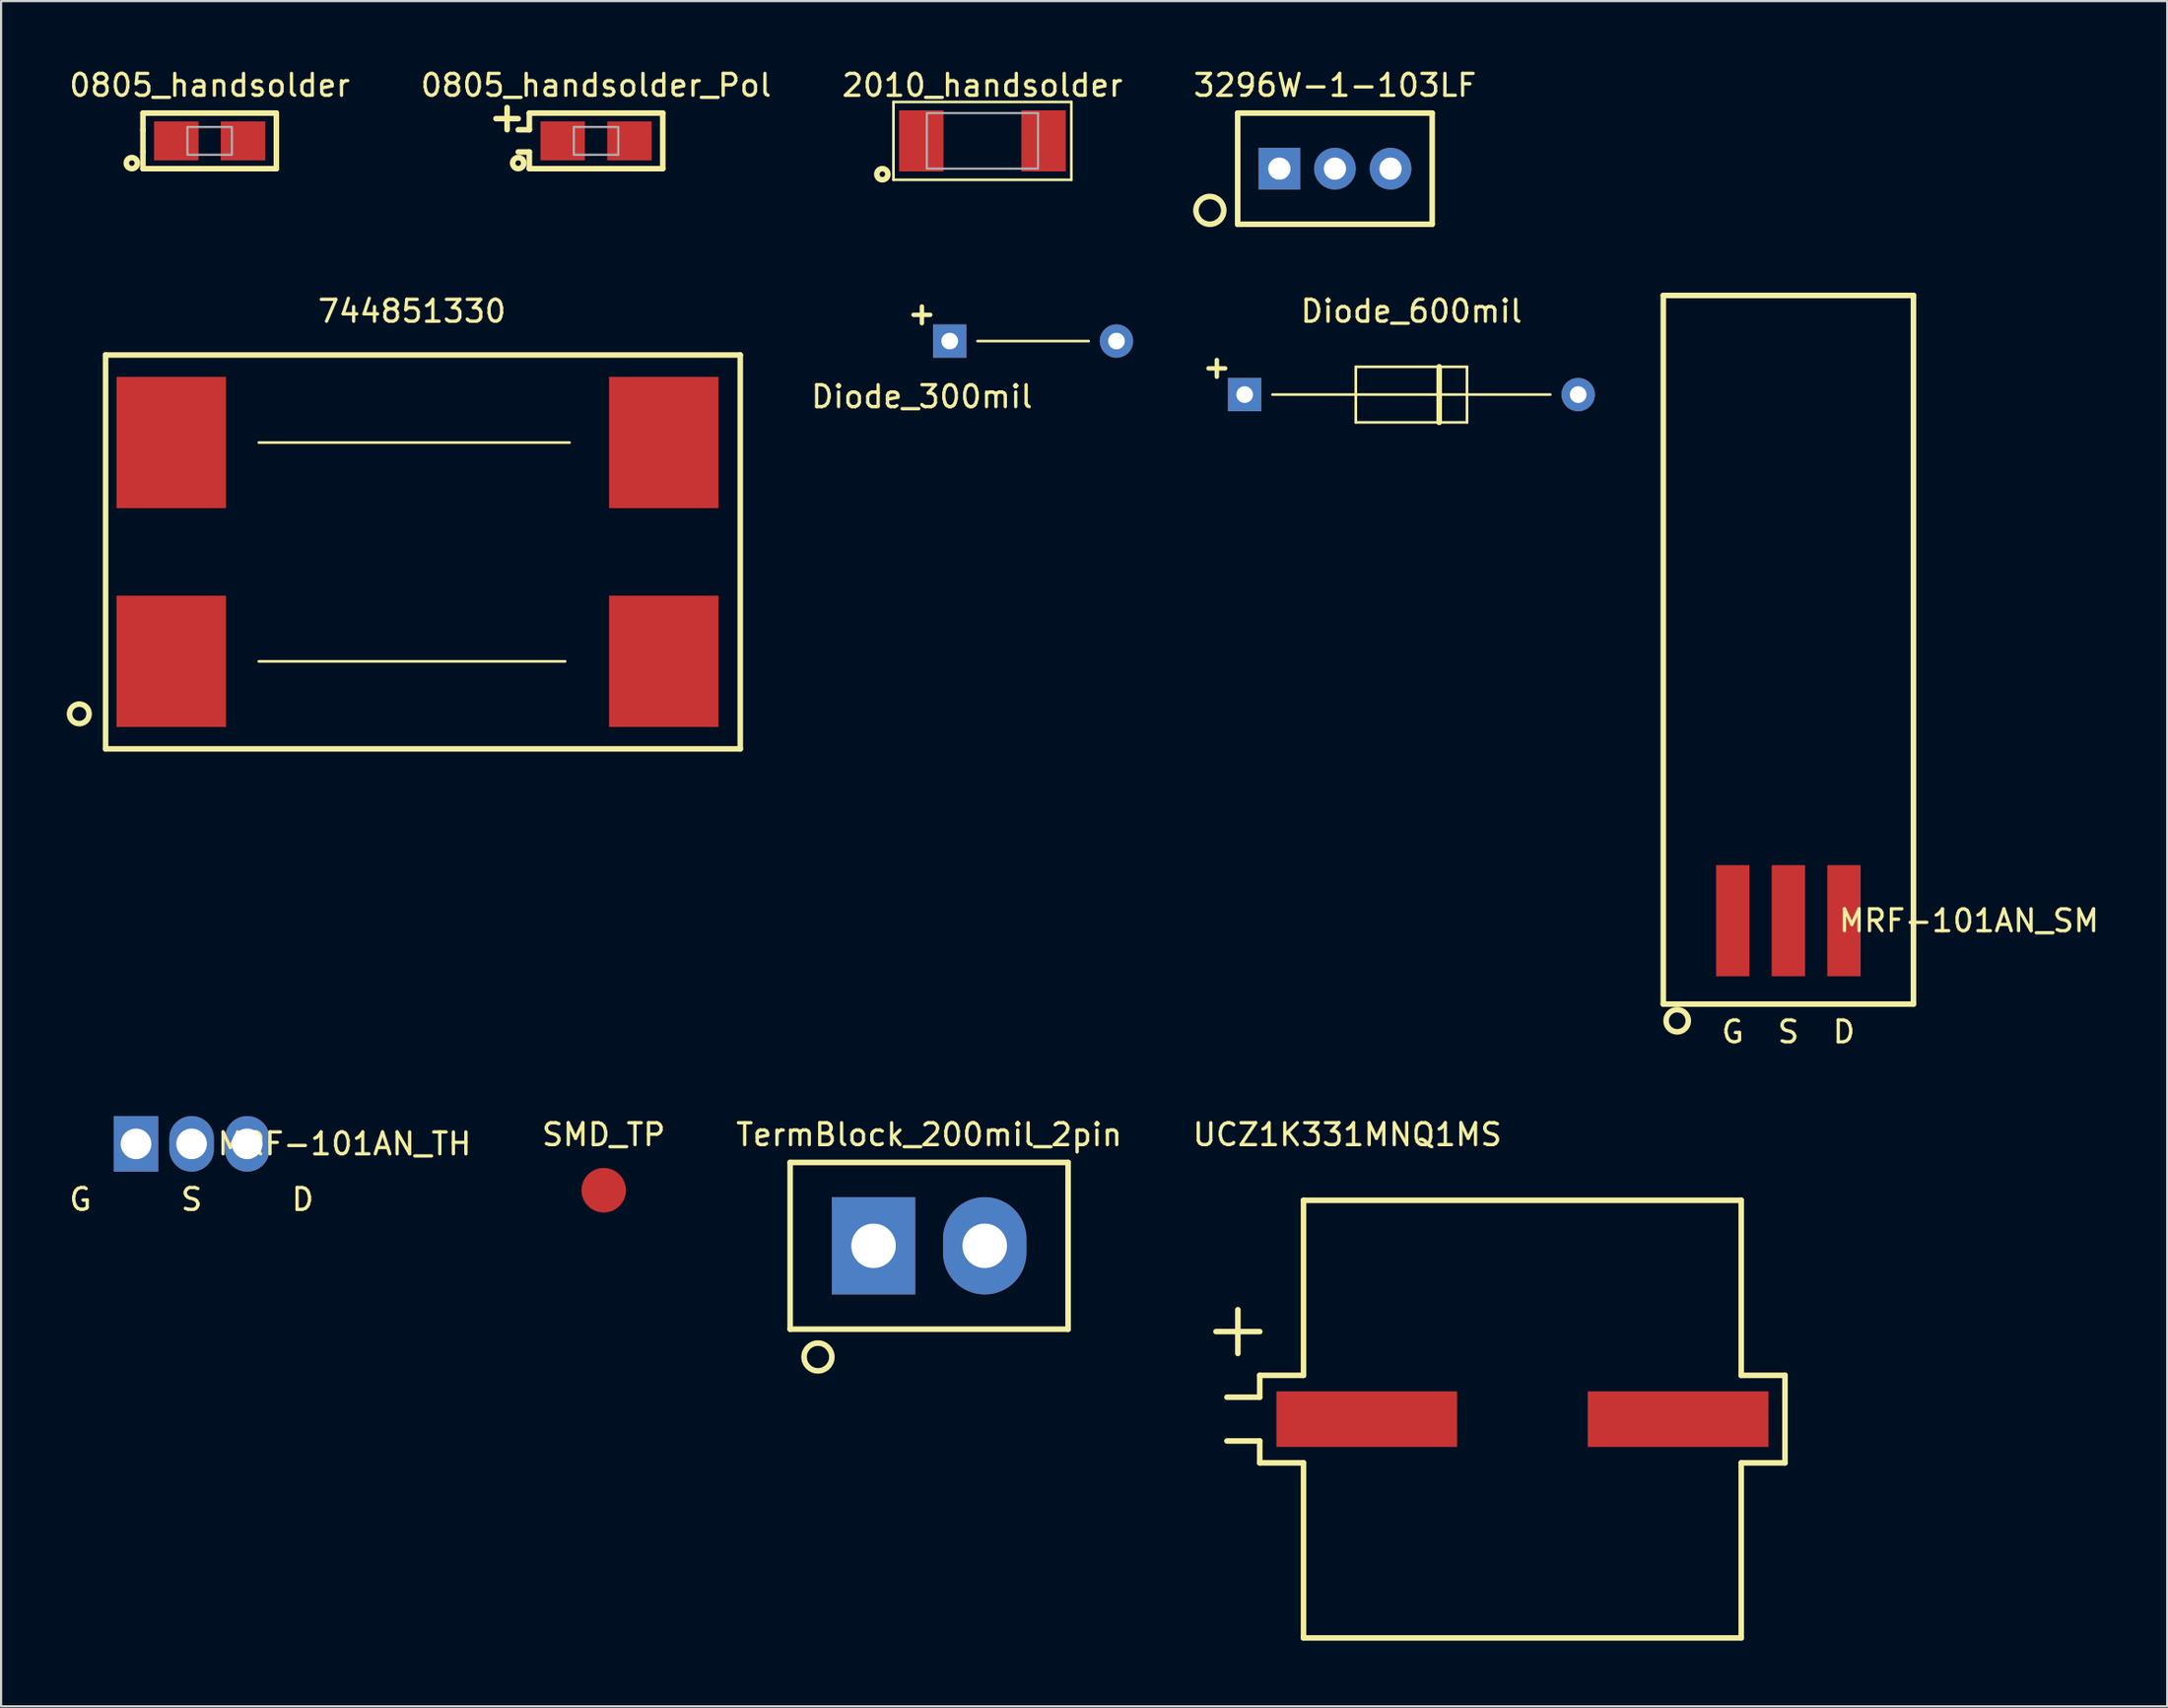
<source format=kicad_pcb>
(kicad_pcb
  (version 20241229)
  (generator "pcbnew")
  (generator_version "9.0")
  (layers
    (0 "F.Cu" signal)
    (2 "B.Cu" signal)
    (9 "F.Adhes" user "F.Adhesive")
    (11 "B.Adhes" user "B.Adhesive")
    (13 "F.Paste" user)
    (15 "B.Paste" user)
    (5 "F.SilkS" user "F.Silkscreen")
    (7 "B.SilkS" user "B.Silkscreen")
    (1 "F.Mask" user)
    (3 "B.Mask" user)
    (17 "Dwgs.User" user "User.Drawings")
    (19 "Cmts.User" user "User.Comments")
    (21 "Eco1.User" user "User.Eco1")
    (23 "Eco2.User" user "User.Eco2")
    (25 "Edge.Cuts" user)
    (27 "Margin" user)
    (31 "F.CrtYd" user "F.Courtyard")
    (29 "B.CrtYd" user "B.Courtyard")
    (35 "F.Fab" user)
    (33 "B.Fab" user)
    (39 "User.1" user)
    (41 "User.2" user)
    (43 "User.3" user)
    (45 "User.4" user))
  (footprint "2010_handsolder"
    (layer "F.Cu")
    (at 41.839 3.388)
    (property "Reference" "2010_handsolder" (at 0 -2.54 0) (layer "F.SilkS") (effects (font (size 1 1) (thickness 0.15))))
    (attr smd)
    (fp_line (start -4.064 -1.778) (end -4.064 1.778) (stroke (width 0.12) (type solid)) (layer "F.SilkS"))
    (fp_line (start -4.064 1.778) (end 4.064 1.778) (stroke (width 0.12) (type solid)) (layer "F.SilkS"))
    (fp_line (start 4.064 -1.778) (end -4.064 -1.778) (stroke (width 0.12) (type solid)) (layer "F.SilkS"))
    (fp_line (start 4.064 1.778) (end 4.064 -1.778) (stroke (width 0.12) (type solid)) (layer "F.SilkS"))
    (fp_circle (center -4.572 1.524) (end -4.318 1.524) (stroke (width 0.254) (type solid)) (fill no) (layer "F.SilkS"))
    (fp_poly (pts (xy 2.54 1.27) (xy -2.54 1.27) (xy -2.54 -1.27) (xy 2.54 -1.27)) (stroke (width 0.1) (type solid)) (fill no) (layer "F.Fab"))
    (pad "1" smd rect (at -2.794 0) (size 2.032 2.794) (layers "F.Cu" "F.Mask" "F.Paste"))
    (pad "2" smd rect (at 2.794 0) (size 2.032 2.794) (layers "F.Cu" "F.Mask" "F.Paste")))
  (footprint "SMD_TP"
    (layer "F.Cu")
    (at 24.535 51.344)
    (property "Reference" "SMD_TP" (at 0 -2.54 0) (layer "F.SilkS") (effects (font (size 1 1) (thickness 0.15))))
    (attr through_hole)
    (pad "1" smd circle (at 0 0) (size 2.032 2.032) (layers "F.Cu" "F.Mask" "F.Paste")))
  (footprint "Diode_600mil"
    (layer "F.Cu")
    (at 61.44 14.983)
    (property "Reference" "Diode_600mil" (at 0 -3.81 0) (layer "F.SilkS") (effects (font (size 1 1) (thickness 0.15))))
    (attr through_hole)
    (fp_line (start -6.35 0) (end 6.35 0) (stroke (width 0.12) (type solid)) (layer "F.SilkS"))
    (fp_line (start -2.54 -1.27) (end -2.54 1.27) (stroke (width 0.12) (type solid)) (layer "F.SilkS"))
    (fp_line (start -2.54 1.27) (end 2.54 1.27) (stroke (width 0.12) (type solid)) (layer "F.SilkS"))
    (fp_line (start 1.27 -1.27) (end 1.27 1.27) (stroke (width 0.254) (type solid)) (layer "F.SilkS"))
    (fp_line (start 2.54 -1.27) (end -2.54 -1.27) (stroke (width 0.12) (type solid)) (layer "F.SilkS"))
    (fp_line (start 2.54 1.27) (end 2.54 -1.27) (stroke (width 0.12) (type solid)) (layer "F.SilkS"))
    (fp_text user "+" (at -8.89 -1.27 0) (layer "F.SilkS") (effects (font (size 1 1) (thickness 0.203))))
    (pad "1" thru_hole rect (at -7.62 0) (size 1.524 1.524) (drill 0.762) (layers "*.Cu" "*.Mask"))
    (pad "2" thru_hole circle (at 7.62 0) (size 1.524 1.524) (drill 0.762) (layers "*.Cu" "*.Mask")))
  (footprint "TermBlock_200mil_2pin"
    (layer "F.Cu")
    (at 39.404 53.884)
    (property "Reference" "TermBlock_200mil_2pin" (at 0 -5.08 0) (layer "F.SilkS") (effects (font (size 1 1) (thickness 0.15))))
    (attr through_hole)
    (fp_line (start -6.35 -3.81) (end -6.35 3.81) (stroke (width 0.254) (type solid)) (layer "F.SilkS"))
    (fp_line (start -6.35 3.81) (end 6.35 3.81) (stroke (width 0.254) (type solid)) (layer "F.SilkS"))
    (fp_line (start 6.35 -3.81) (end -6.35 -3.81) (stroke (width 0.254) (type solid)) (layer "F.SilkS"))
    (fp_line (start 6.35 3.81) (end 6.35 -3.81) (stroke (width 0.254) (type solid)) (layer "F.SilkS"))
    (fp_circle (center -5.08 5.08) (end -4.445 5.08) (stroke (width 0.254) (type solid)) (fill no) (layer "F.SilkS"))
    (pad "1" thru_hole rect (at -2.54 0) (size 3.81 4.445) (drill 2.032) (layers "*.Cu" "*.Mask"))
    (pad "2" thru_hole oval (at 2.54 0) (size 3.81 4.445) (drill 2.032) (layers "*.Cu" "*.Mask")))
  (footprint "3296W-1-103LF"
    (layer "F.Cu")
    (at 57.946 4.658)
    (property "Reference" "3296W-1-103LF" (at 0 -3.81 0) (layer "F.SilkS") (effects (font (size 1 1) (thickness 0.15))))
    (attr through_hole)
    (fp_line (start -4.445 -2.54) (end -4.445 2.54) (stroke (width 0.254) (type solid)) (layer "F.SilkS"))
    (fp_line (start -4.445 2.54) (end 4.445 2.54) (stroke (width 0.254) (type solid)) (layer "F.SilkS"))
    (fp_line (start 4.445 -2.54) (end -4.445 -2.54) (stroke (width 0.254) (type solid)) (layer "F.SilkS"))
    (fp_line (start 4.445 2.54) (end 4.445 -2.54) (stroke (width 0.254) (type solid)) (layer "F.SilkS"))
    (fp_circle (center -5.715 1.905) (end -5.08 1.905) (stroke (width 0.254) (type solid)) (fill no) (layer "F.SilkS"))
    (pad "1" thru_hole rect (at -2.54 0) (size 1.905 1.905) (drill 1.016) (layers "*.Cu" "*.Mask"))
    (pad "2" thru_hole oval (at 0 0) (size 1.905 1.905) (drill 1.016) (layers "*.Cu" "*.Mask"))
    (pad "3" thru_hole oval (at 2.54 0) (size 1.905 1.905) (drill 1.016) (layers "*.Cu" "*.Mask")))
  (footprint "UCZ1K331MNQ1MS"
    (layer "F.Cu")
    (at 66.511 61.804)
    (property "Reference" "UCZ1K331MNQ1MS" (at -8 -13 0) (layer "F.SilkS") (effects (font (size 1 1) (thickness 0.15))))
    (attr through_hole)
    (fp_line (start -14 -4) (end -12 -4) (stroke (width 0.254) (type solid)) (layer "F.SilkS"))
    (fp_line (start -13.5 -1) (end -12 -1) (stroke (width 0.254) (type solid)) (layer "F.SilkS"))
    (fp_line (start -13 -5) (end -13 -3) (stroke (width 0.254) (type solid)) (layer "F.SilkS"))
    (fp_line (start -12 -2) (end -10 -2) (stroke (width 0.254) (type solid)) (layer "F.SilkS"))
    (fp_line (start -12 -1) (end -12 -2) (stroke (width 0.254) (type solid)) (layer "F.SilkS"))
    (fp_line (start -12 1) (end -13.5 1) (stroke (width 0.254) (type solid)) (layer "F.SilkS"))
    (fp_line (start -12 2) (end -12 1) (stroke (width 0.254) (type solid)) (layer "F.SilkS"))
    (fp_line (start -10 -10) (end 10 -10) (stroke (width 0.254) (type solid)) (layer "F.SilkS"))
    (fp_line (start -10 -2) (end -10 -10) (stroke (width 0.254) (type solid)) (layer "F.SilkS"))
    (fp_line (start -10 2) (end -12 2) (stroke (width 0.254) (type solid)) (layer "F.SilkS"))
    (fp_line (start -10 10) (end -10 2) (stroke (width 0.254) (type solid)) (layer "F.SilkS"))
    (fp_line (start 10 -10) (end 10 -2) (stroke (width 0.254) (type solid)) (layer "F.SilkS"))
    (fp_line (start 10 -2) (end 12 -2) (stroke (width 0.254) (type solid)) (layer "F.SilkS"))
    (fp_line (start 10 2) (end 10 10) (stroke (width 0.254) (type solid)) (layer "F.SilkS"))
    (fp_line (start 10 10) (end -10 10) (stroke (width 0.254) (type solid)) (layer "F.SilkS"))
    (fp_line (start 12 -2) (end 12 2) (stroke (width 0.254) (type solid)) (layer "F.SilkS"))
    (fp_line (start 12 2) (end 10 2) (stroke (width 0.254) (type solid)) (layer "F.SilkS"))
    (fp_line (start 12 2) (end 12 2) (stroke (width 0.12) (type solid)) (layer "F.SilkS"))
    (pad "1" smd rect (at -7.112 0) (size 8.255 2.54) (layers "F.Cu" "F.Mask" "F.Paste"))
    (pad "2" smd rect (at 7.112 0) (size 8.255 2.54) (layers "F.Cu" "F.Mask" "F.Paste")))
  (footprint "MRF-101AN_TH"
    (layer "F.Cu")
    (at 5.705 49.225)
    (property "Reference" "MRF-101AN_TH" (at 6.985 0 0) (layer "F.SilkS") (effects (font (size 1 1) (thickness 0.15))))
    (attr through_hole)
    (fp_text user "S" (at 0 2.54 0) (layer "F.SilkS") (effects (font (size 1 1) (thickness 0.15))))
    (fp_text user "D" (at 5.08 2.54 0) (layer "F.SilkS") (effects (font (size 1 1) (thickness 0.15))))
    (fp_text user "G" (at -5.08 2.54 0) (layer "F.SilkS") (effects (font (size 1 1) (thickness 0.15))))
    (pad "1" thru_hole rect (at -2.54 0) (size 2.032 2.54) (drill 1.397) (layers "*.Cu" "*.Mask"))
    (pad "2" thru_hole oval (at 0 0) (size 2.032 2.54) (drill 1.397) (layers "*.Cu" "*.Mask"))
    (pad "3" thru_hole oval (at 2.54 0) (size 2.032 2.54) (drill 1.397) (layers "*.Cu" "*.Mask")))
  (footprint "Diode_300mil"
    (layer "F.Cu")
    (at 44.154 12.537)
    (property "Reference" "Diode_300mil" (at -5.08 2.54 0) (layer "F.SilkS") (effects (font (size 1 1) (thickness 0.15))))
    (attr through_hole)
    (fp_line (start -2.54 0) (end 2.54 0) (stroke (width 0.12) (type solid)) (layer "F.SilkS"))
    (fp_text user "+" (at -5.08 -1.27 0) (layer "F.SilkS") (effects (font (size 1 1) (thickness 0.203))))
    (pad "1" thru_hole rect (at -3.81 0) (size 1.524 1.524) (drill 0.762) (layers "*.Cu" "*.Mask"))
    (pad "2" thru_hole circle (at 3.81 0) (size 1.524 1.524) (drill 0.762) (layers "*.Cu" "*.Mask")))
  (footprint "MRF-101AN_SM"
    (layer "F.Cu")
    (at 78.664 39.027)
    (property "Reference" "MRF-101AN_SM" (at 8.255 0 0) (layer "F.SilkS") (effects (font (size 1 1) (thickness 0.15))))
    (attr through_hole)
    (fp_line (start -5.715 -28.575) (end -5.715 3.81) (stroke (width 0.254) (type solid)) (layer "F.SilkS"))
    (fp_line (start -5.715 3.81) (end 5.715 3.81) (stroke (width 0.254) (type solid)) (layer "F.SilkS"))
    (fp_line (start 5.715 -28.575) (end -5.715 -28.575) (stroke (width 0.254) (type solid)) (layer "F.SilkS"))
    (fp_line (start 5.715 3.81) (end 5.715 -28.575) (stroke (width 0.254) (type solid)) (layer "F.SilkS"))
    (fp_circle (center -5.08 4.572) (end -4.572 4.572) (stroke (width 0.254) (type solid)) (fill no) (layer "F.SilkS"))
    (fp_text user "S" (at 0 5.08 0) (layer "F.SilkS") (effects (font (size 1 1) (thickness 0.15))))
    (fp_text user "D" (at 2.54 5.08 0) (layer "F.SilkS") (effects (font (size 1 1) (thickness 0.15))))
    (fp_text user "G" (at -2.54 5.08 0) (layer "F.SilkS") (effects (font (size 1 1) (thickness 0.15))))
    (pad "1" smd rect (at -2.54 0) (size 1.524 5.08) (layers "F.Cu" "F.Mask" "F.Paste"))
    (pad "2" smd rect (at 0 0) (size 1.524 5.08) (layers "F.Cu" "F.Mask" "F.Paste"))
    (pad "3" smd rect (at 2.54 0) (size 1.524 5.08) (layers "F.Cu" "F.Mask" "F.Paste")))
  (footprint "744851330"
    (layer "F.Cu")
    (at 4.774 27.174)
    (property "Reference" "744851330" (at 11 -16 0) (layer "F.SilkS") (effects (font (size 1 1) (thickness 0.15))))
    (attr through_hole)
    (fp_line (start -3 -14) (end -3 4) (stroke (width 0.254) (type solid)) (layer "F.SilkS"))
    (fp_line (start -3 4) (end 26 4) (stroke (width 0.254) (type solid)) (layer "F.SilkS"))
    (fp_line (start 4 -10) (end 18.2 -10) (stroke (width 0.12) (type solid)) (layer "F.SilkS"))
    (fp_line (start 4 0) (end 18 0) (stroke (width 0.12) (type solid)) (layer "F.SilkS"))
    (fp_line (start 26 -14) (end -3 -14) (stroke (width 0.254) (type solid)) (layer "F.SilkS"))
    (fp_line (start 26 4) (end 26 -14) (stroke (width 0.254) (type solid)) (layer "F.SilkS"))
    (fp_circle (center -4.2 2.4) (end -3.753 2.4) (stroke (width 0.254) (type solid)) (fill no) (layer "F.SilkS"))
    (pad "1" smd rect (at 0 0) (size 5 6) (layers "F.Cu" "F.Mask" "F.Paste"))
    (pad "2" smd rect (at 0 -10) (size 5 6) (layers "F.Cu" "F.Mask" "F.Paste"))
    (pad "3" smd rect (at 22.505 -10) (size 5 6) (layers "F.Cu" "F.Mask" "F.Paste"))
    (pad "4" smd rect (at 22.505 0) (size 5 6) (layers "F.Cu" "F.Mask" "F.Paste")))
  (footprint "0805_handsolder"
    (layer "F.Cu")
    (at 6.53 3.388)
    (property "Reference" "0805_handsolder" (at 0 -2.54 0) (layer "F.SilkS") (effects (font (size 1 1) (thickness 0.15))))
    (attr smd)
    (fp_line (start -3.048 -1.27) (end 3.048 -1.27) (stroke (width 0.254) (type solid)) (layer "F.SilkS"))
    (fp_line (start -3.048 -0.508) (end -3.048 -1.27) (stroke (width 0.254) (type solid)) (layer "F.SilkS"))
    (fp_line (start -3.048 -0.508) (end -3.048 0.508) (stroke (width 0.254) (type solid)) (layer "F.SilkS"))
    (fp_line (start -3.048 1.27) (end -3.048 0.508) (stroke (width 0.254) (type solid)) (layer "F.SilkS"))
    (fp_line (start 3.048 -1.27) (end 3.048 1.27) (stroke (width 0.254) (type solid)) (layer "F.SilkS"))
    (fp_line (start 3.048 1.27) (end -3.048 1.27) (stroke (width 0.254) (type solid)) (layer "F.SilkS"))
    (fp_circle (center -3.556 1.016) (end -3.302 1.016) (stroke (width 0.254) (type solid)) (fill no) (layer "F.SilkS"))
    (fp_poly (pts (xy 1.016 0.635) (xy -1.016 0.635) (xy -1.016 -0.635) (xy 1.016 -0.635)) (stroke (width 0.1) (type solid)) (fill no) (layer "F.Fab"))
    (pad "1" smd rect (at -1.524 0) (size 2.032 1.778) (layers "F.Cu" "F.Mask" "F.Paste"))
    (pad "2" smd rect (at 1.524 0) (size 2.032 1.778) (layers "F.Cu" "F.Mask" "F.Paste")))
  (footprint "0805_handsolder_Pol"
    (layer "F.Cu")
    (at 24.185 3.388)
    (property "Reference" "0805_handsolder_Pol" (at 0 -2.54 0) (layer "F.SilkS") (effects (font (size 1 1) (thickness 0.15))))
    (attr smd)
    (fp_line (start -4.064 -1.524) (end -4.064 -0.508) (stroke (width 0.254) (type solid)) (layer "F.SilkS"))
    (fp_line (start -3.556 -1.016) (end -4.572 -1.016) (stroke (width 0.254) (type solid)) (layer "F.SilkS"))
    (fp_line (start -3.556 -0.508) (end -3.048 -0.508) (stroke (width 0.254) (type solid)) (layer "F.SilkS"))
    (fp_line (start -3.048 -1.27) (end 3.048 -1.27) (stroke (width 0.254) (type solid)) (layer "F.SilkS"))
    (fp_line (start -3.048 -0.508) (end -3.048 -1.27) (stroke (width 0.254) (type solid)) (layer "F.SilkS"))
    (fp_line (start -3.048 0.508) (end -3.556 0.508) (stroke (width 0.254) (type solid)) (layer "F.SilkS"))
    (fp_line (start -3.048 1.27) (end -3.048 0.508) (stroke (width 0.254) (type solid)) (layer "F.SilkS"))
    (fp_line (start 3.048 -1.27) (end 3.048 1.27) (stroke (width 0.254) (type solid)) (layer "F.SilkS"))
    (fp_line (start 3.048 1.27) (end -3.048 1.27) (stroke (width 0.254) (type solid)) (layer "F.SilkS"))
    (fp_circle (center -3.556 1.016) (end -3.302 1.016) (stroke (width 0.254) (type solid)) (fill no) (layer "F.SilkS"))
    (fp_poly (pts (xy 1.016 0.635) (xy -1.016 0.635) (xy -1.016 -0.635) (xy 1.016 -0.635)) (stroke (width 0.1) (type solid)) (fill no) (layer "F.Fab"))
    (pad "1" smd rect (at -1.524 0) (size 2.032 1.778) (layers "F.Cu" "F.Mask" "F.Paste"))
    (pad "2" smd rect (at 1.524 0) (size 2.032 1.778) (layers "F.Cu" "F.Mask" "F.Paste")))
  (gr_rect
    (start -3 -3)
    (end 95.972 74.931)
    (stroke (width 0.1) (type default))
    (fill no)
    (layer "Edge.Cuts")))
</source>
